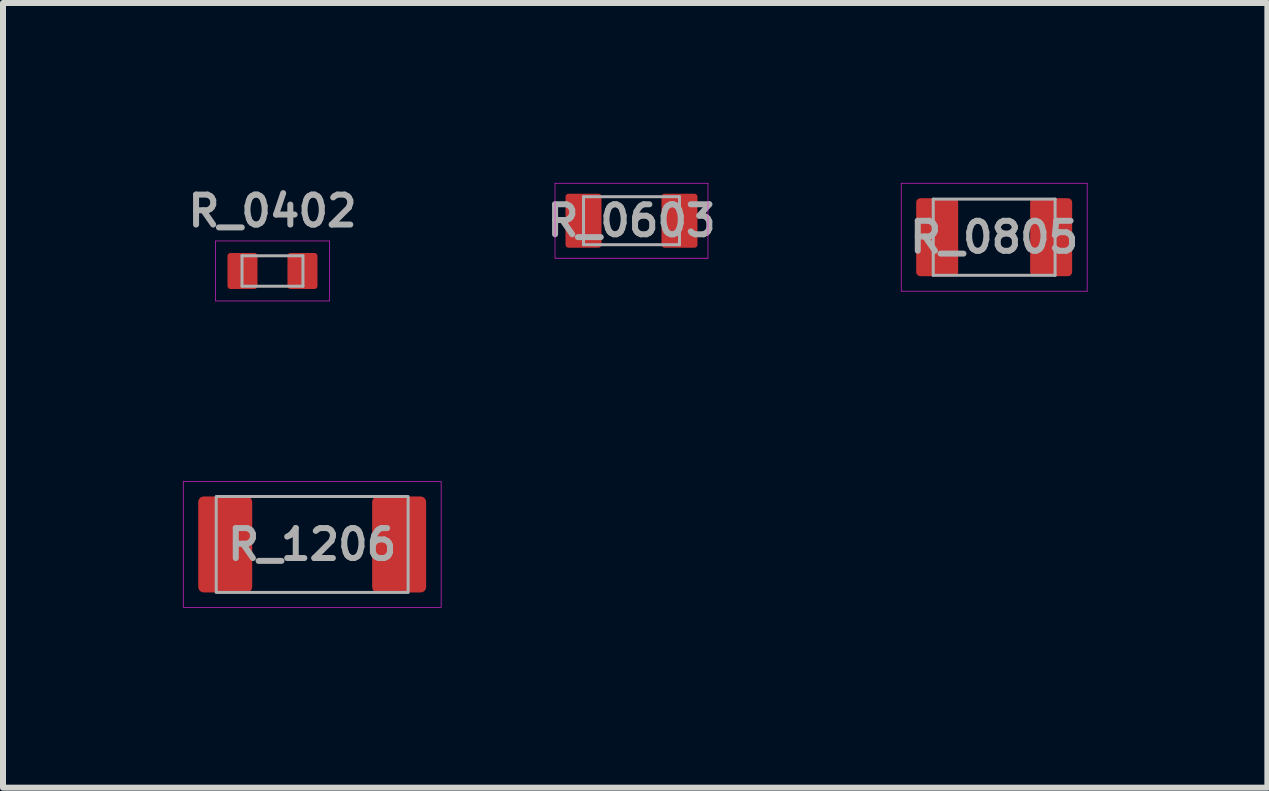
<source format=kicad_pcb>
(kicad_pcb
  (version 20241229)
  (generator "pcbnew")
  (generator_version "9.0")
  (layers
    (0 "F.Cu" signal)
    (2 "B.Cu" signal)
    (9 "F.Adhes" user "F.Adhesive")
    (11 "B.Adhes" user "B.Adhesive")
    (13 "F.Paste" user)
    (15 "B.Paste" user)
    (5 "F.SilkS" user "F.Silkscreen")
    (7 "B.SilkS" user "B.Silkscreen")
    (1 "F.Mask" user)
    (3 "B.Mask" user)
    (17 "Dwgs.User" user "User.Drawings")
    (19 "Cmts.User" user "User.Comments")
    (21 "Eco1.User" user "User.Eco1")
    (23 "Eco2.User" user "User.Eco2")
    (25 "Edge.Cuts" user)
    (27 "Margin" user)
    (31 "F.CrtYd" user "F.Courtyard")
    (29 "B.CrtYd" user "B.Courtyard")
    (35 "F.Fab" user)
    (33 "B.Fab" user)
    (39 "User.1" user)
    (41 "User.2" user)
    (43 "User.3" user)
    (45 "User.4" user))
  (footprint "R_0603"
    (layer "F.Cu")
    (at 7.479 0.63)
    (property "Reference" "R_0603" (at 0 0 0) (layer "F.Fab") (effects (font (size 0.5 0.5) (thickness 0.1))))
    (attr smd)
    (fp_line (start -1.275 -0.625) (end -1.275 0.625) (stroke (width 0.01) (type solid)) (layer "F.CrtYd"))
    (fp_line (start -1.275 -0.625) (end 1.275 -0.625) (stroke (width 0.01) (type solid)) (layer "F.CrtYd"))
    (fp_line (start 1.275 0.625) (end -1.275 0.625) (stroke (width 0.01) (type solid)) (layer "F.CrtYd"))
    (fp_line (start 1.275 0.625) (end 1.275 -0.625) (stroke (width 0.01) (type solid)) (layer "F.CrtYd"))
    (fp_line (start -0.8 -0.4) (end 0.8 -0.4) (stroke (width 0.05) (type solid)) (layer "F.Fab"))
    (fp_line (start -0.8 0.4) (end -0.8 -0.4) (stroke (width 0.05) (type solid)) (layer "F.Fab"))
    (fp_line (start 0.8 -0.4) (end 0.8 0.4) (stroke (width 0.05) (type solid)) (layer "F.Fab"))
    (fp_line (start 0.8 0.4) (end -0.8 0.4) (stroke (width 0.05) (type solid)) (layer "F.Fab"))
    (pad "1" smd roundrect (at -0.8 0) (size 0.6 0.9) (layers "F.Cu" "F.Mask" "F.Paste") (roundrect_rratio 0.083))
    (pad "2" smd roundrect (at 0.8 0) (size 0.6 0.9) (layers "F.Cu" "F.Mask" "F.Paste") (roundrect_rratio 0.083)))
  (footprint "R_0805"
    (layer "F.Cu")
    (at 13.526 0.905)
    (property "Reference" "R_0805" (at 0 0 0) (layer "F.Fab") (effects (font (size 0.5 0.5) (thickness 0.1))))
    (attr smd)
    (fp_line (start -1.55 -0.9) (end -1.55 0.9) (stroke (width 0.01) (type solid)) (layer "F.CrtYd"))
    (fp_line (start -1.55 -0.9) (end 1.55 -0.9) (stroke (width 0.01) (type solid)) (layer "F.CrtYd"))
    (fp_line (start 1.55 0.9) (end -1.55 0.9) (stroke (width 0.01) (type solid)) (layer "F.CrtYd"))
    (fp_line (start 1.55 0.9) (end 1.55 -0.9) (stroke (width 0.01) (type solid)) (layer "F.CrtYd"))
    (fp_line (start -1.016 -0.635) (end 1.016 -0.635) (stroke (width 0.05) (type solid)) (layer "F.Fab"))
    (fp_line (start -1.016 0.635) (end -1.016 -0.635) (stroke (width 0.05) (type solid)) (layer "F.Fab"))
    (fp_line (start 1.016 -0.635) (end 1.016 0.635) (stroke (width 0.05) (type solid)) (layer "F.Fab"))
    (fp_line (start 1.016 0.635) (end -1.016 0.635) (stroke (width 0.05) (type solid)) (layer "F.Fab"))
    (pad "1" smd roundrect (at -0.95 0) (size 0.7 1.3) (layers "F.Cu" "F.Mask" "F.Paste") (roundrect_rratio 0.1))
    (pad "2" smd roundrect (at 0.95 0) (size 0.7 1.3) (layers "F.Cu" "F.Mask" "F.Paste") (roundrect_rratio 0.1)))
  (footprint "R_0402"
    (layer "F.Cu")
    (at 1.493 1.468)
    (property "Reference" "R_0402" (at 0 -1 0) (layer "F.Fab") (effects (font (size 0.5 0.5) (thickness 0.1))))
    (attr smd)
    (fp_line (start -0.95 -0.5) (end -0.95 0.5) (stroke (width 0.01) (type solid)) (layer "F.CrtYd"))
    (fp_line (start -0.95 -0.5) (end 0.95 -0.5) (stroke (width 0.01) (type solid)) (layer "F.CrtYd"))
    (fp_line (start 0.95 0.5) (end -0.95 0.5) (stroke (width 0.01) (type solid)) (layer "F.CrtYd"))
    (fp_line (start 0.95 0.5) (end 0.95 -0.5) (stroke (width 0.01) (type solid)) (layer "F.CrtYd"))
    (fp_line (start -0.508 -0.254) (end 0.508 -0.254) (stroke (width 0.05) (type solid)) (layer "F.Fab"))
    (fp_line (start -0.508 0.254) (end -0.508 -0.254) (stroke (width 0.05) (type solid)) (layer "F.Fab"))
    (fp_line (start 0.508 -0.254) (end 0.508 0.254) (stroke (width 0.05) (type solid)) (layer "F.Fab"))
    (fp_line (start 0.508 0.254) (end -0.508 0.254) (stroke (width 0.05) (type solid)) (layer "F.Fab"))
    (pad "1" smd roundrect (at -0.5 0) (size 0.5 0.6) (layers "F.Cu" "F.Mask" "F.Paste") (roundrect_rratio 0.1))
    (pad "2" smd roundrect (at 0.5 0) (size 0.5 0.6) (layers "F.Cu" "F.Mask" "F.Paste") (roundrect_rratio 0.1)))
  (footprint "R_1206"
    (layer "F.Cu")
    (at 2.155 6.028)
    (property "Reference" "R_1206" (at 0 0 0) (layer "F.Fab") (effects (font (size 0.5 0.5) (thickness 0.1))))
    (attr smd)
    (fp_rect (start -2.15 -1.05) (end 2.15 1.05) (stroke (width 0.01) (type default)) (fill no) (layer "F.CrtYd"))
    (fp_rect (start -1.6 -0.8) (end 1.6 0.8) (stroke (width 0.05) (type default)) (fill no) (layer "F.Fab"))
    (pad "1" smd roundrect (at -1.45 0) (size 0.9 1.6) (layers "F.Cu" "F.Mask" "F.Paste") (roundrect_rratio 0.1))
    (pad "2" smd roundrect (at 1.45 0) (size 0.9 1.6) (layers "F.Cu" "F.Mask" "F.Paste") (roundrect_rratio 0.1)))
  (gr_rect
    (start -3 -3)
    (end 18.081 10.083)
    (stroke (width 0.1) (type default))
    (fill no)
    (layer "Edge.Cuts")))
</source>
